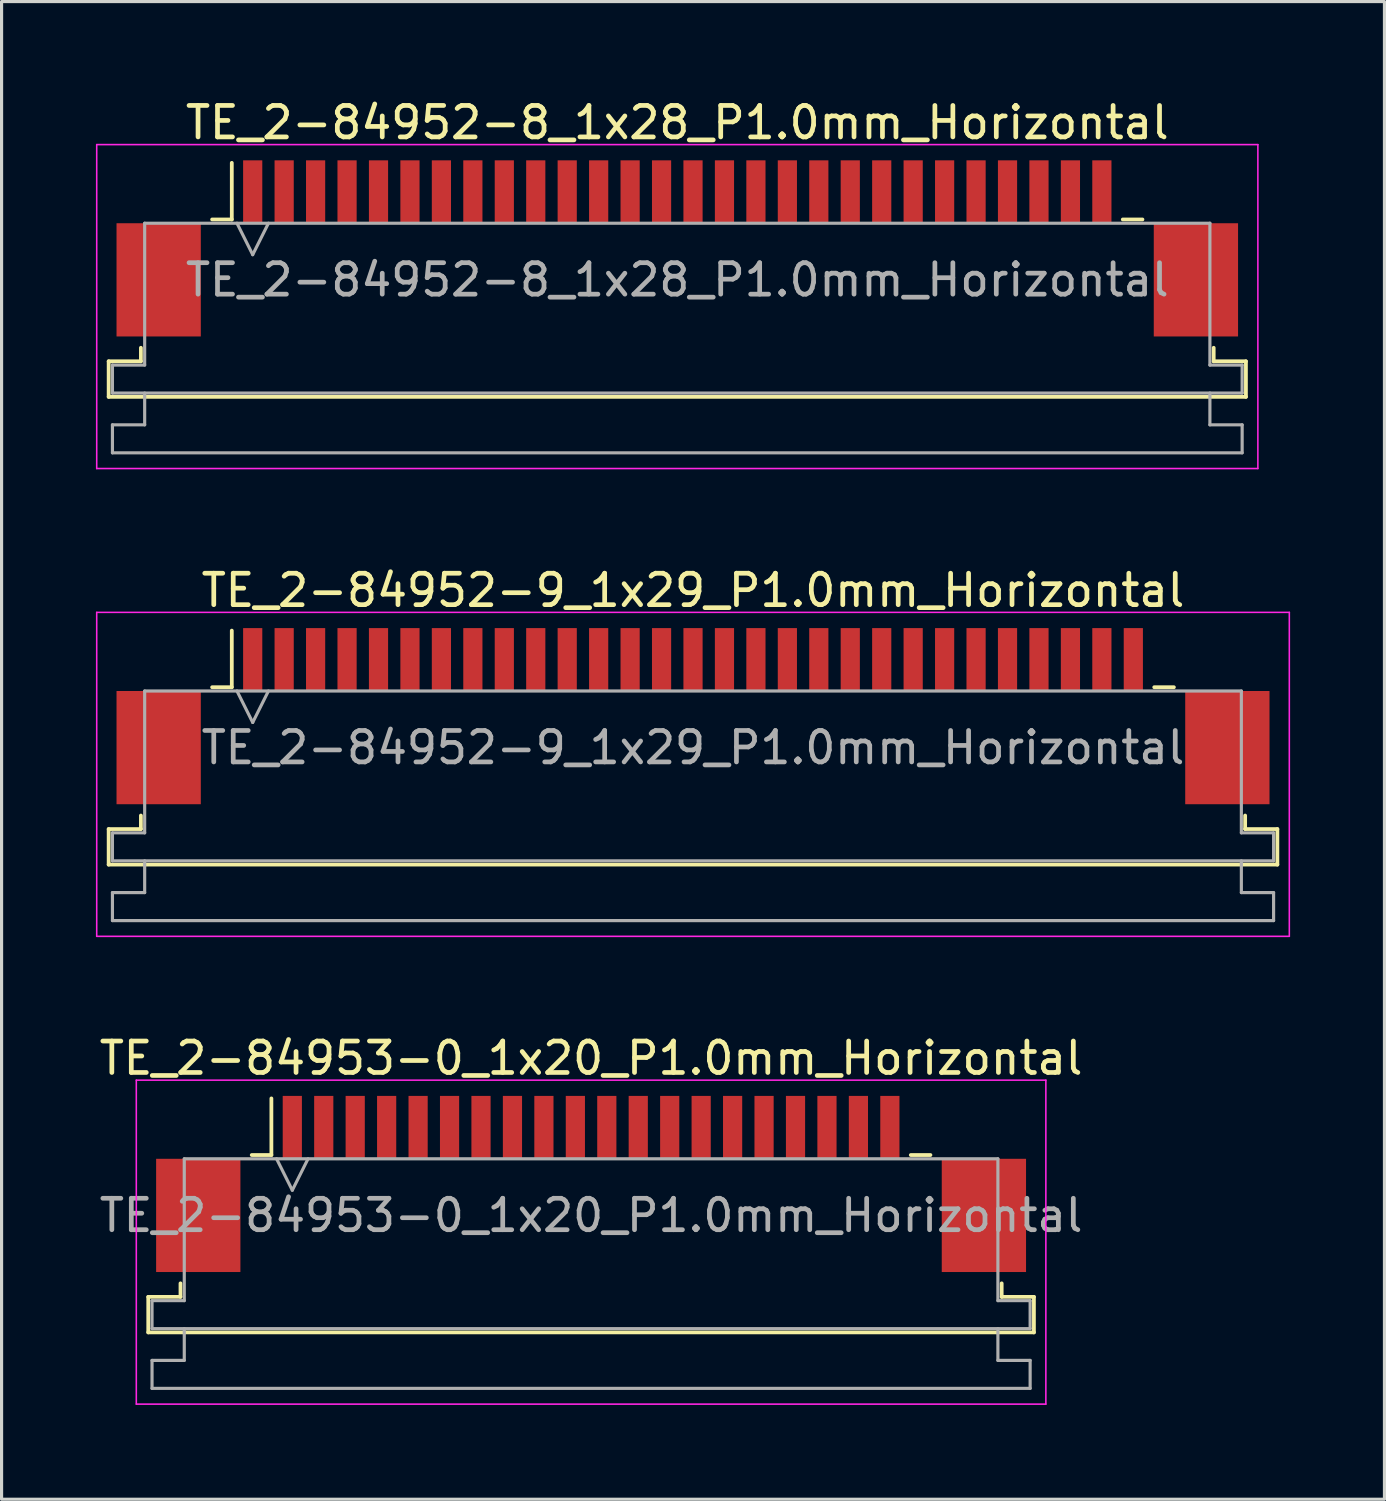
<source format=kicad_pcb>
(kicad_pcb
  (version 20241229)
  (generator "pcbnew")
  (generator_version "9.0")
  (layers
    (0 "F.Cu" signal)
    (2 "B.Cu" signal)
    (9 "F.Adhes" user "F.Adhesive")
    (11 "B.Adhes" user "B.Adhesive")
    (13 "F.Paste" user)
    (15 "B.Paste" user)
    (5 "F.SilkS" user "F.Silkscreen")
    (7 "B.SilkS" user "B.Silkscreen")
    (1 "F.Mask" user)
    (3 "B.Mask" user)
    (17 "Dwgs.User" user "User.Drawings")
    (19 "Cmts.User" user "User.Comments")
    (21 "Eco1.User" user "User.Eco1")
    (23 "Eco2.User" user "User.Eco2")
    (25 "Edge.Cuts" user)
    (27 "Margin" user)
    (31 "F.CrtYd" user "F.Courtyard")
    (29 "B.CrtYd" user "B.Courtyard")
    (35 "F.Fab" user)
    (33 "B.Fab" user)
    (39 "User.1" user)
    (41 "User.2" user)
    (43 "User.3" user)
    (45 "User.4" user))
  (footprint "TE_2-84952-9_1x29_P1.0mm_Horizontal"
    (layer "F.Cu")
    (at 18.985 19.721)
    (property "Reference" "TE_2-84952-9_1x29_P1.0mm_Horizontal" (at 0 -4 0) (layer "F.SilkS") (effects (font (size 1 1) (thickness 0.15))))
    (attr smd)
    (fp_line (start -18.58 3.59) (end -17.555 3.59) (stroke (width 0.12) (type solid)) (layer "F.SilkS"))
    (fp_line (start -18.58 4.72) (end -18.58 3.59) (stroke (width 0.12) (type solid)) (layer "F.SilkS"))
    (fp_line (start -17.555 3.59) (end -17.555 3.16) (stroke (width 0.12) (type solid)) (layer "F.SilkS"))
    (fp_line (start -15.29 -0.92) (end -14.665 -0.92) (stroke (width 0.12) (type solid)) (layer "F.SilkS"))
    (fp_line (start -14.665 -0.92) (end -14.665 -2.72) (stroke (width 0.12) (type solid)) (layer "F.SilkS"))
    (fp_line (start 14.665 -0.92) (end 15.29 -0.92) (stroke (width 0.12) (type solid)) (layer "F.SilkS"))
    (fp_line (start 17.555 3.16) (end 17.555 3.59) (stroke (width 0.12) (type solid)) (layer "F.SilkS"))
    (fp_line (start 17.555 3.59) (end 18.58 3.59) (stroke (width 0.12) (type solid)) (layer "F.SilkS"))
    (fp_line (start 18.58 3.59) (end 18.58 4.72) (stroke (width 0.12) (type solid)) (layer "F.SilkS"))
    (fp_line (start 18.58 4.72) (end -18.58 4.72) (stroke (width 0.12) (type solid)) (layer "F.SilkS"))
    (fp_line (start -18.96 -3.3) (end -18.96 7) (stroke (width 0.05) (type solid)) (layer "F.CrtYd"))
    (fp_line (start -18.96 7) (end 18.96 7) (stroke (width 0.05) (type solid)) (layer "F.CrtYd"))
    (fp_line (start 18.96 -3.3) (end -18.96 -3.3) (stroke (width 0.05) (type solid)) (layer "F.CrtYd"))
    (fp_line (start 18.96 7) (end 18.96 -3.3) (stroke (width 0.05) (type solid)) (layer "F.CrtYd"))
    (fp_line (start -18.46 3.71) (end -17.435 3.71) (stroke (width 0.1) (type solid)) (layer "F.Fab"))
    (fp_line (start -18.46 4.6) (end -18.46 3.71) (stroke (width 0.1) (type solid)) (layer "F.Fab"))
    (fp_line (start -18.46 5.61) (end -17.435 5.61) (stroke (width 0.1) (type solid)) (layer "F.Fab"))
    (fp_line (start -18.46 6.5) (end -18.46 5.61) (stroke (width 0.1) (type solid)) (layer "F.Fab"))
    (fp_line (start -17.435 -0.8) (end 17.435 -0.8) (stroke (width 0.1) (type solid)) (layer "F.Fab"))
    (fp_line (start -17.435 3.71) (end -17.435 -0.8) (stroke (width 0.1) (type solid)) (layer "F.Fab"))
    (fp_line (start -17.435 5.61) (end -17.435 4.6) (stroke (width 0.1) (type solid)) (layer "F.Fab"))
    (fp_line (start -14.5 -0.8) (end -14 0.2) (stroke (width 0.1) (type solid)) (layer "F.Fab"))
    (fp_line (start -14 0.2) (end -13.5 -0.8) (stroke (width 0.1) (type solid)) (layer "F.Fab"))
    (fp_line (start 17.435 -0.8) (end 17.435 3.71) (stroke (width 0.1) (type solid)) (layer "F.Fab"))
    (fp_line (start 17.435 3.71) (end 18.46 3.71) (stroke (width 0.1) (type solid)) (layer "F.Fab"))
    (fp_line (start 17.435 4.6) (end 17.435 5.61) (stroke (width 0.1) (type solid)) (layer "F.Fab"))
    (fp_line (start 17.435 5.61) (end 18.46 5.61) (stroke (width 0.1) (type solid)) (layer "F.Fab"))
    (fp_line (start 18.46 3.71) (end 18.46 4.6) (stroke (width 0.1) (type solid)) (layer "F.Fab"))
    (fp_line (start 18.46 4.6) (end -18.46 4.6) (stroke (width 0.1) (type solid)) (layer "F.Fab"))
    (fp_line (start 18.46 5.61) (end 18.46 6.5) (stroke (width 0.1) (type solid)) (layer "F.Fab"))
    (fp_line (start 18.46 6.5) (end -18.46 6.5) (stroke (width 0.1) (type solid)) (layer "F.Fab"))
    (fp_text user "${REFERENCE}" (at 0 1 0) (layer "F.Fab") (effects (font (size 1 1) (thickness 0.15))))
    (pad "" smd rect (at -16.99 1) (size 2.68 3.6) (layers "F.Cu" "F.Mask" "F.Paste"))
    (pad "" smd rect (at 16.99 1) (size 2.68 3.6) (layers "F.Cu" "F.Mask" "F.Paste"))
    (pad "1" smd rect (at -14 -1.8) (size 0.61 2) (layers "F.Cu" "F.Mask" "F.Paste"))
    (pad "2" smd rect (at -13 -1.8) (size 0.61 2) (layers "F.Cu" "F.Mask" "F.Paste"))
    (pad "3" smd rect (at -12 -1.8) (size 0.61 2) (layers "F.Cu" "F.Mask" "F.Paste"))
    (pad "4" smd rect (at -11 -1.8) (size 0.61 2) (layers "F.Cu" "F.Mask" "F.Paste"))
    (pad "5" smd rect (at -10 -1.8) (size 0.61 2) (layers "F.Cu" "F.Mask" "F.Paste"))
    (pad "6" smd rect (at -9 -1.8) (size 0.61 2) (layers "F.Cu" "F.Mask" "F.Paste"))
    (pad "7" smd rect (at -8 -1.8) (size 0.61 2) (layers "F.Cu" "F.Mask" "F.Paste"))
    (pad "8" smd rect (at -7 -1.8) (size 0.61 2) (layers "F.Cu" "F.Mask" "F.Paste"))
    (pad "9" smd rect (at -6 -1.8) (size 0.61 2) (layers "F.Cu" "F.Mask" "F.Paste"))
    (pad "10" smd rect (at -5 -1.8) (size 0.61 2) (layers "F.Cu" "F.Mask" "F.Paste"))
    (pad "11" smd rect (at -4 -1.8) (size 0.61 2) (layers "F.Cu" "F.Mask" "F.Paste"))
    (pad "12" smd rect (at -3 -1.8) (size 0.61 2) (layers "F.Cu" "F.Mask" "F.Paste"))
    (pad "13" smd rect (at -2 -1.8) (size 0.61 2) (layers "F.Cu" "F.Mask" "F.Paste"))
    (pad "14" smd rect (at -1 -1.8) (size 0.61 2) (layers "F.Cu" "F.Mask" "F.Paste"))
    (pad "15" smd rect (at 0 -1.8) (size 0.61 2) (layers "F.Cu" "F.Mask" "F.Paste"))
    (pad "16" smd rect (at 1 -1.8) (size 0.61 2) (layers "F.Cu" "F.Mask" "F.Paste"))
    (pad "17" smd rect (at 2 -1.8) (size 0.61 2) (layers "F.Cu" "F.Mask" "F.Paste"))
    (pad "18" smd rect (at 3 -1.8) (size 0.61 2) (layers "F.Cu" "F.Mask" "F.Paste"))
    (pad "19" smd rect (at 4 -1.8) (size 0.61 2) (layers "F.Cu" "F.Mask" "F.Paste"))
    (pad "20" smd rect (at 5 -1.8) (size 0.61 2) (layers "F.Cu" "F.Mask" "F.Paste"))
    (pad "21" smd rect (at 6 -1.8) (size 0.61 2) (layers "F.Cu" "F.Mask" "F.Paste"))
    (pad "22" smd rect (at 7 -1.8) (size 0.61 2) (layers "F.Cu" "F.Mask" "F.Paste"))
    (pad "23" smd rect (at 8 -1.8) (size 0.61 2) (layers "F.Cu" "F.Mask" "F.Paste"))
    (pad "24" smd rect (at 9 -1.8) (size 0.61 2) (layers "F.Cu" "F.Mask" "F.Paste"))
    (pad "25" smd rect (at 10 -1.8) (size 0.61 2) (layers "F.Cu" "F.Mask" "F.Paste"))
    (pad "26" smd rect (at 11 -1.8) (size 0.61 2) (layers "F.Cu" "F.Mask" "F.Paste"))
    (pad "27" smd rect (at 12 -1.8) (size 0.61 2) (layers "F.Cu" "F.Mask" "F.Paste"))
    (pad "28" smd rect (at 13 -1.8) (size 0.61 2) (layers "F.Cu" "F.Mask" "F.Paste"))
    (pad "29" smd rect (at 14 -1.8) (size 0.61 2) (layers "F.Cu" "F.Mask" "F.Paste")))
  (footprint "TE_2-84953-0_1x20_P1.0mm_Horizontal"
    (layer "F.Cu")
    (at 15.744 34.595)
    (property "Reference" "TE_2-84953-0_1x20_P1.0mm_Horizontal" (at 0 -4 0) (layer "F.SilkS") (effects (font (size 1 1) (thickness 0.15))))
    (attr smd)
    (fp_line (start -14.08 3.59) (end -13.055 3.59) (stroke (width 0.12) (type solid)) (layer "F.SilkS"))
    (fp_line (start -14.08 4.72) (end -14.08 3.59) (stroke (width 0.12) (type solid)) (layer "F.SilkS"))
    (fp_line (start -13.055 3.59) (end -13.055 3.16) (stroke (width 0.12) (type solid)) (layer "F.SilkS"))
    (fp_line (start -10.79 -0.92) (end -10.165 -0.92) (stroke (width 0.12) (type solid)) (layer "F.SilkS"))
    (fp_line (start -10.165 -0.92) (end -10.165 -2.72) (stroke (width 0.12) (type solid)) (layer "F.SilkS"))
    (fp_line (start 10.165 -0.92) (end 10.79 -0.92) (stroke (width 0.12) (type solid)) (layer "F.SilkS"))
    (fp_line (start 13.055 3.16) (end 13.055 3.59) (stroke (width 0.12) (type solid)) (layer "F.SilkS"))
    (fp_line (start 13.055 3.59) (end 14.08 3.59) (stroke (width 0.12) (type solid)) (layer "F.SilkS"))
    (fp_line (start 14.08 3.59) (end 14.08 4.72) (stroke (width 0.12) (type solid)) (layer "F.SilkS"))
    (fp_line (start 14.08 4.72) (end -14.08 4.72) (stroke (width 0.12) (type solid)) (layer "F.SilkS"))
    (fp_line (start -14.46 -3.3) (end -14.46 7) (stroke (width 0.05) (type solid)) (layer "F.CrtYd"))
    (fp_line (start -14.46 7) (end 14.46 7) (stroke (width 0.05) (type solid)) (layer "F.CrtYd"))
    (fp_line (start 14.46 -3.3) (end -14.46 -3.3) (stroke (width 0.05) (type solid)) (layer "F.CrtYd"))
    (fp_line (start 14.46 7) (end 14.46 -3.3) (stroke (width 0.05) (type solid)) (layer "F.CrtYd"))
    (fp_line (start -13.96 3.71) (end -12.935 3.71) (stroke (width 0.1) (type solid)) (layer "F.Fab"))
    (fp_line (start -13.96 4.6) (end -13.96 3.71) (stroke (width 0.1) (type solid)) (layer "F.Fab"))
    (fp_line (start -13.96 5.61) (end -12.935 5.61) (stroke (width 0.1) (type solid)) (layer "F.Fab"))
    (fp_line (start -13.96 6.5) (end -13.96 5.61) (stroke (width 0.1) (type solid)) (layer "F.Fab"))
    (fp_line (start -12.935 -0.8) (end 12.935 -0.8) (stroke (width 0.1) (type solid)) (layer "F.Fab"))
    (fp_line (start -12.935 3.71) (end -12.935 -0.8) (stroke (width 0.1) (type solid)) (layer "F.Fab"))
    (fp_line (start -12.935 5.61) (end -12.935 4.6) (stroke (width 0.1) (type solid)) (layer "F.Fab"))
    (fp_line (start -10 -0.8) (end -9.5 0.2) (stroke (width 0.1) (type solid)) (layer "F.Fab"))
    (fp_line (start -9.5 0.2) (end -9 -0.8) (stroke (width 0.1) (type solid)) (layer "F.Fab"))
    (fp_line (start 12.935 -0.8) (end 12.935 3.71) (stroke (width 0.1) (type solid)) (layer "F.Fab"))
    (fp_line (start 12.935 3.71) (end 13.96 3.71) (stroke (width 0.1) (type solid)) (layer "F.Fab"))
    (fp_line (start 12.935 4.6) (end 12.935 5.61) (stroke (width 0.1) (type solid)) (layer "F.Fab"))
    (fp_line (start 12.935 5.61) (end 13.96 5.61) (stroke (width 0.1) (type solid)) (layer "F.Fab"))
    (fp_line (start 13.96 3.71) (end 13.96 4.6) (stroke (width 0.1) (type solid)) (layer "F.Fab"))
    (fp_line (start 13.96 4.6) (end -13.96 4.6) (stroke (width 0.1) (type solid)) (layer "F.Fab"))
    (fp_line (start 13.96 5.61) (end 13.96 6.5) (stroke (width 0.1) (type solid)) (layer "F.Fab"))
    (fp_line (start 13.96 6.5) (end -13.96 6.5) (stroke (width 0.1) (type solid)) (layer "F.Fab"))
    (fp_text user "${REFERENCE}" (at 0 1 0) (layer "F.Fab") (effects (font (size 1 1) (thickness 0.15))))
    (pad "" smd rect (at -12.49 1) (size 2.68 3.6) (layers "F.Cu" "F.Mask" "F.Paste"))
    (pad "" smd rect (at 12.49 1) (size 2.68 3.6) (layers "F.Cu" "F.Mask" "F.Paste"))
    (pad "1" smd rect (at -9.5 -1.8) (size 0.61 2) (layers "F.Cu" "F.Mask" "F.Paste"))
    (pad "2" smd rect (at -8.5 -1.8) (size 0.61 2) (layers "F.Cu" "F.Mask" "F.Paste"))
    (pad "3" smd rect (at -7.5 -1.8) (size 0.61 2) (layers "F.Cu" "F.Mask" "F.Paste"))
    (pad "4" smd rect (at -6.5 -1.8) (size 0.61 2) (layers "F.Cu" "F.Mask" "F.Paste"))
    (pad "5" smd rect (at -5.5 -1.8) (size 0.61 2) (layers "F.Cu" "F.Mask" "F.Paste"))
    (pad "6" smd rect (at -4.5 -1.8) (size 0.61 2) (layers "F.Cu" "F.Mask" "F.Paste"))
    (pad "7" smd rect (at -3.5 -1.8) (size 0.61 2) (layers "F.Cu" "F.Mask" "F.Paste"))
    (pad "8" smd rect (at -2.5 -1.8) (size 0.61 2) (layers "F.Cu" "F.Mask" "F.Paste"))
    (pad "9" smd rect (at -1.5 -1.8) (size 0.61 2) (layers "F.Cu" "F.Mask" "F.Paste"))
    (pad "10" smd rect (at -0.5 -1.8) (size 0.61 2) (layers "F.Cu" "F.Mask" "F.Paste"))
    (pad "11" smd rect (at 0.5 -1.8) (size 0.61 2) (layers "F.Cu" "F.Mask" "F.Paste"))
    (pad "12" smd rect (at 1.5 -1.8) (size 0.61 2) (layers "F.Cu" "F.Mask" "F.Paste"))
    (pad "13" smd rect (at 2.5 -1.8) (size 0.61 2) (layers "F.Cu" "F.Mask" "F.Paste"))
    (pad "14" smd rect (at 3.5 -1.8) (size 0.61 2) (layers "F.Cu" "F.Mask" "F.Paste"))
    (pad "15" smd rect (at 4.5 -1.8) (size 0.61 2) (layers "F.Cu" "F.Mask" "F.Paste"))
    (pad "16" smd rect (at 5.5 -1.8) (size 0.61 2) (layers "F.Cu" "F.Mask" "F.Paste"))
    (pad "17" smd rect (at 6.5 -1.8) (size 0.61 2) (layers "F.Cu" "F.Mask" "F.Paste"))
    (pad "18" smd rect (at 7.5 -1.8) (size 0.61 2) (layers "F.Cu" "F.Mask" "F.Paste"))
    (pad "19" smd rect (at 8.5 -1.8) (size 0.61 2) (layers "F.Cu" "F.Mask" "F.Paste"))
    (pad "20" smd rect (at 9.5 -1.8) (size 0.61 2) (layers "F.Cu" "F.Mask" "F.Paste")))
  (footprint "TE_2-84952-8_1x28_P1.0mm_Horizontal"
    (layer "F.Cu")
    (at 18.485 4.848)
    (property "Reference" "TE_2-84952-8_1x28_P1.0mm_Horizontal" (at 0 -4 0) (layer "F.SilkS") (effects (font (size 1 1) (thickness 0.15))))
    (attr smd)
    (fp_line (start -18.08 3.59) (end -17.055 3.59) (stroke (width 0.12) (type solid)) (layer "F.SilkS"))
    (fp_line (start -18.08 4.72) (end -18.08 3.59) (stroke (width 0.12) (type solid)) (layer "F.SilkS"))
    (fp_line (start -17.055 3.59) (end -17.055 3.16) (stroke (width 0.12) (type solid)) (layer "F.SilkS"))
    (fp_line (start -14.79 -0.92) (end -14.165 -0.92) (stroke (width 0.12) (type solid)) (layer "F.SilkS"))
    (fp_line (start -14.165 -0.92) (end -14.165 -2.72) (stroke (width 0.12) (type solid)) (layer "F.SilkS"))
    (fp_line (start 14.165 -0.92) (end 14.79 -0.92) (stroke (width 0.12) (type solid)) (layer "F.SilkS"))
    (fp_line (start 17.055 3.16) (end 17.055 3.59) (stroke (width 0.12) (type solid)) (layer "F.SilkS"))
    (fp_line (start 17.055 3.59) (end 18.08 3.59) (stroke (width 0.12) (type solid)) (layer "F.SilkS"))
    (fp_line (start 18.08 3.59) (end 18.08 4.72) (stroke (width 0.12) (type solid)) (layer "F.SilkS"))
    (fp_line (start 18.08 4.72) (end -18.08 4.72) (stroke (width 0.12) (type solid)) (layer "F.SilkS"))
    (fp_line (start -18.46 -3.3) (end -18.46 7) (stroke (width 0.05) (type solid)) (layer "F.CrtYd"))
    (fp_line (start -18.46 7) (end 18.46 7) (stroke (width 0.05) (type solid)) (layer "F.CrtYd"))
    (fp_line (start 18.46 -3.3) (end -18.46 -3.3) (stroke (width 0.05) (type solid)) (layer "F.CrtYd"))
    (fp_line (start 18.46 7) (end 18.46 -3.3) (stroke (width 0.05) (type solid)) (layer "F.CrtYd"))
    (fp_line (start -17.96 3.71) (end -16.935 3.71) (stroke (width 0.1) (type solid)) (layer "F.Fab"))
    (fp_line (start -17.96 4.6) (end -17.96 3.71) (stroke (width 0.1) (type solid)) (layer "F.Fab"))
    (fp_line (start -17.96 5.61) (end -16.935 5.61) (stroke (width 0.1) (type solid)) (layer "F.Fab"))
    (fp_line (start -17.96 6.5) (end -17.96 5.61) (stroke (width 0.1) (type solid)) (layer "F.Fab"))
    (fp_line (start -16.935 -0.8) (end 16.935 -0.8) (stroke (width 0.1) (type solid)) (layer "F.Fab"))
    (fp_line (start -16.935 3.71) (end -16.935 -0.8) (stroke (width 0.1) (type solid)) (layer "F.Fab"))
    (fp_line (start -16.935 5.61) (end -16.935 4.6) (stroke (width 0.1) (type solid)) (layer "F.Fab"))
    (fp_line (start -14 -0.8) (end -13.5 0.2) (stroke (width 0.1) (type solid)) (layer "F.Fab"))
    (fp_line (start -13.5 0.2) (end -13 -0.8) (stroke (width 0.1) (type solid)) (layer "F.Fab"))
    (fp_line (start 16.935 -0.8) (end 16.935 3.71) (stroke (width 0.1) (type solid)) (layer "F.Fab"))
    (fp_line (start 16.935 3.71) (end 17.96 3.71) (stroke (width 0.1) (type solid)) (layer "F.Fab"))
    (fp_line (start 16.935 4.6) (end 16.935 5.61) (stroke (width 0.1) (type solid)) (layer "F.Fab"))
    (fp_line (start 16.935 5.61) (end 17.96 5.61) (stroke (width 0.1) (type solid)) (layer "F.Fab"))
    (fp_line (start 17.96 3.71) (end 17.96 4.6) (stroke (width 0.1) (type solid)) (layer "F.Fab"))
    (fp_line (start 17.96 4.6) (end -17.96 4.6) (stroke (width 0.1) (type solid)) (layer "F.Fab"))
    (fp_line (start 17.96 5.61) (end 17.96 6.5) (stroke (width 0.1) (type solid)) (layer "F.Fab"))
    (fp_line (start 17.96 6.5) (end -17.96 6.5) (stroke (width 0.1) (type solid)) (layer "F.Fab"))
    (fp_text user "${REFERENCE}" (at 0 1 0) (layer "F.Fab") (effects (font (size 1 1) (thickness 0.15))))
    (pad "" smd rect (at -16.49 1) (size 2.68 3.6) (layers "F.Cu" "F.Mask" "F.Paste"))
    (pad "" smd rect (at 16.49 1) (size 2.68 3.6) (layers "F.Cu" "F.Mask" "F.Paste"))
    (pad "1" smd rect (at -13.5 -1.8) (size 0.61 2) (layers "F.Cu" "F.Mask" "F.Paste"))
    (pad "2" smd rect (at -12.5 -1.8) (size 0.61 2) (layers "F.Cu" "F.Mask" "F.Paste"))
    (pad "3" smd rect (at -11.5 -1.8) (size 0.61 2) (layers "F.Cu" "F.Mask" "F.Paste"))
    (pad "4" smd rect (at -10.5 -1.8) (size 0.61 2) (layers "F.Cu" "F.Mask" "F.Paste"))
    (pad "5" smd rect (at -9.5 -1.8) (size 0.61 2) (layers "F.Cu" "F.Mask" "F.Paste"))
    (pad "6" smd rect (at -8.5 -1.8) (size 0.61 2) (layers "F.Cu" "F.Mask" "F.Paste"))
    (pad "7" smd rect (at -7.5 -1.8) (size 0.61 2) (layers "F.Cu" "F.Mask" "F.Paste"))
    (pad "8" smd rect (at -6.5 -1.8) (size 0.61 2) (layers "F.Cu" "F.Mask" "F.Paste"))
    (pad "9" smd rect (at -5.5 -1.8) (size 0.61 2) (layers "F.Cu" "F.Mask" "F.Paste"))
    (pad "10" smd rect (at -4.5 -1.8) (size 0.61 2) (layers "F.Cu" "F.Mask" "F.Paste"))
    (pad "11" smd rect (at -3.5 -1.8) (size 0.61 2) (layers "F.Cu" "F.Mask" "F.Paste"))
    (pad "12" smd rect (at -2.5 -1.8) (size 0.61 2) (layers "F.Cu" "F.Mask" "F.Paste"))
    (pad "13" smd rect (at -1.5 -1.8) (size 0.61 2) (layers "F.Cu" "F.Mask" "F.Paste"))
    (pad "14" smd rect (at -0.5 -1.8) (size 0.61 2) (layers "F.Cu" "F.Mask" "F.Paste"))
    (pad "15" smd rect (at 0.5 -1.8) (size 0.61 2) (layers "F.Cu" "F.Mask" "F.Paste"))
    (pad "16" smd rect (at 1.5 -1.8) (size 0.61 2) (layers "F.Cu" "F.Mask" "F.Paste"))
    (pad "17" smd rect (at 2.5 -1.8) (size 0.61 2) (layers "F.Cu" "F.Mask" "F.Paste"))
    (pad "18" smd rect (at 3.5 -1.8) (size 0.61 2) (layers "F.Cu" "F.Mask" "F.Paste"))
    (pad "19" smd rect (at 4.5 -1.8) (size 0.61 2) (layers "F.Cu" "F.Mask" "F.Paste"))
    (pad "20" smd rect (at 5.5 -1.8) (size 0.61 2) (layers "F.Cu" "F.Mask" "F.Paste"))
    (pad "21" smd rect (at 6.5 -1.8) (size 0.61 2) (layers "F.Cu" "F.Mask" "F.Paste"))
    (pad "22" smd rect (at 7.5 -1.8) (size 0.61 2) (layers "F.Cu" "F.Mask" "F.Paste"))
    (pad "23" smd rect (at 8.5 -1.8) (size 0.61 2) (layers "F.Cu" "F.Mask" "F.Paste"))
    (pad "24" smd rect (at 9.5 -1.8) (size 0.61 2) (layers "F.Cu" "F.Mask" "F.Paste"))
    (pad "25" smd rect (at 10.5 -1.8) (size 0.61 2) (layers "F.Cu" "F.Mask" "F.Paste"))
    (pad "26" smd rect (at 11.5 -1.8) (size 0.61 2) (layers "F.Cu" "F.Mask" "F.Paste"))
    (pad "27" smd rect (at 12.5 -1.8) (size 0.61 2) (layers "F.Cu" "F.Mask" "F.Paste"))
    (pad "28" smd rect (at 13.5 -1.8) (size 0.61 2) (layers "F.Cu" "F.Mask" "F.Paste")))
  (gr_rect
    (start -3 -3)
    (end 40.97 44.62)
    (stroke (width 0.1) (type default))
    (fill no)
    (layer "Edge.Cuts")))
</source>
